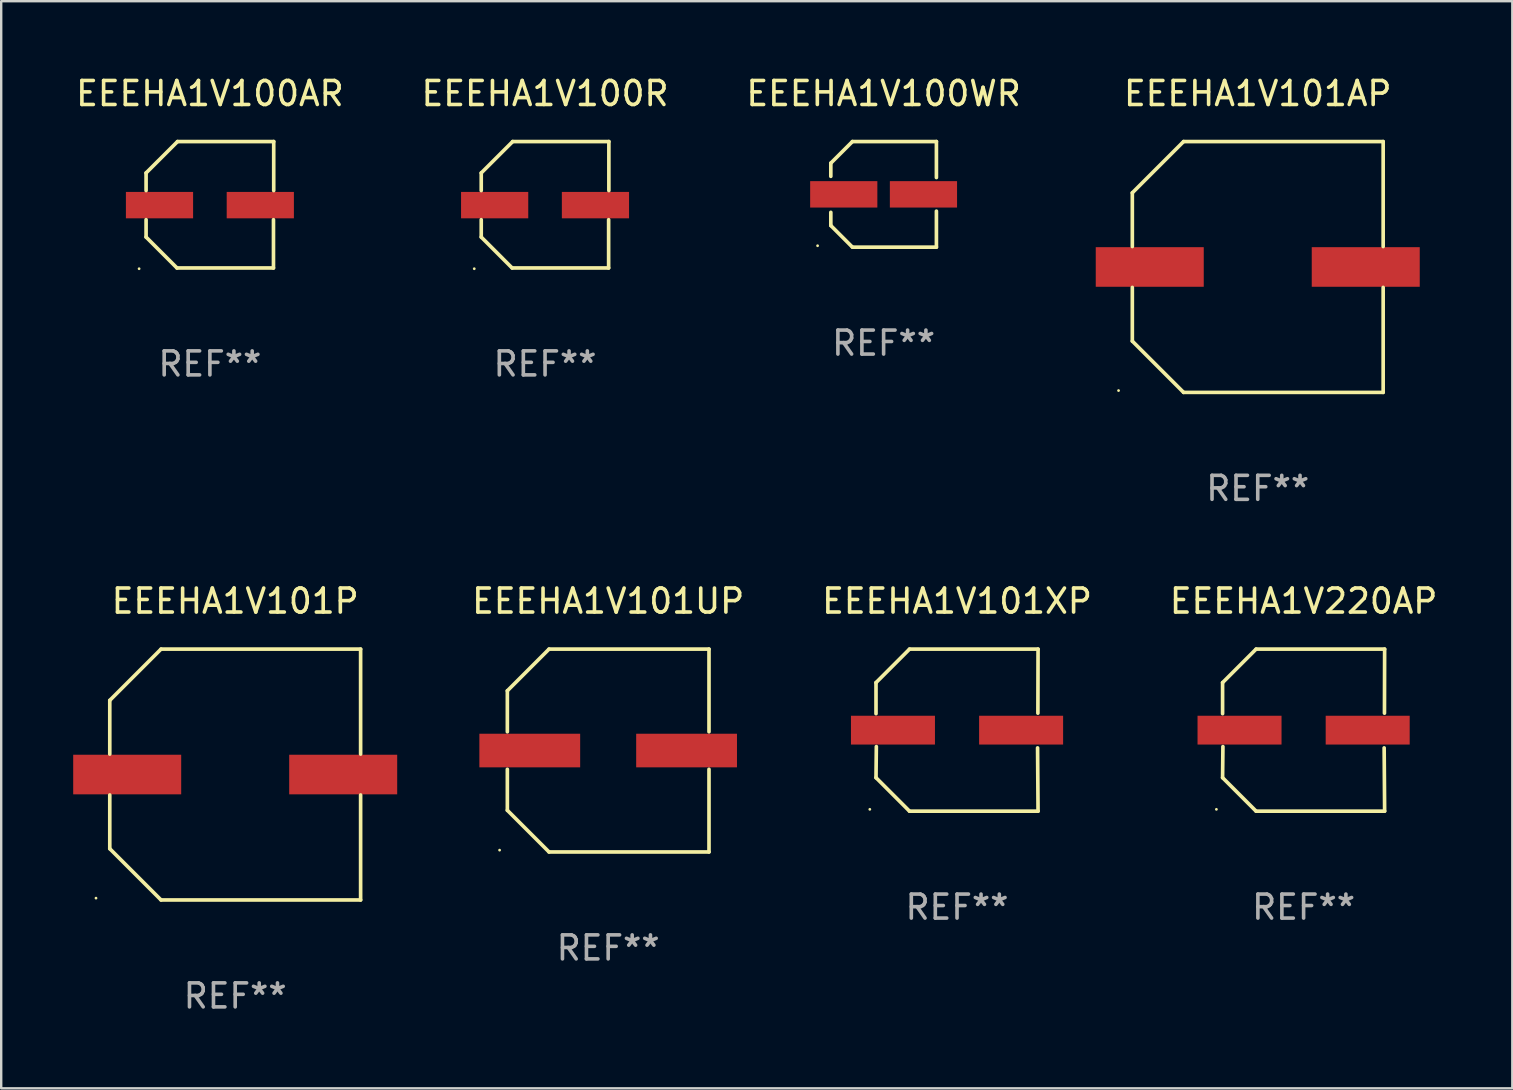
<source format=kicad_pcb>
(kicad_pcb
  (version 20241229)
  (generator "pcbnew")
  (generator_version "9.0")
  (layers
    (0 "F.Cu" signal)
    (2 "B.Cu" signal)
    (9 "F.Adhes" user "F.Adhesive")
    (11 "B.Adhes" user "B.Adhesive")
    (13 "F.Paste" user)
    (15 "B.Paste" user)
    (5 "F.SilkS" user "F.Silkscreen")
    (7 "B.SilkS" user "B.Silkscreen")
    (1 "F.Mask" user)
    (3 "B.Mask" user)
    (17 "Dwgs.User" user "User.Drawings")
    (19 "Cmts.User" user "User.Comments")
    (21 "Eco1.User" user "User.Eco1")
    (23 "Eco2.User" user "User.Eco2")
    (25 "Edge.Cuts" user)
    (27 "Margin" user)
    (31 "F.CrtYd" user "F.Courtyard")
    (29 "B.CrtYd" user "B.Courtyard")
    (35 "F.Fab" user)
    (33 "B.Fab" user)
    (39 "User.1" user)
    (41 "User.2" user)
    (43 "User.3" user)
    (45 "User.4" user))
  (footprint "EEEHA1V101AP"
    (layer "F.Cu")
    (at 49.357 8.074)
    (property "Reference" "EEEHA1V101AP" (at 0 -7.226 0) (layer "F.SilkS") (effects (font (size 1 1) (thickness 0.15))))
    (attr through_hole)
    (fp_line (start -5.226 -3.09) (end -5.226 -0.852) (stroke (width 0.152) (type solid)) (layer "F.SilkS"))
    (fp_line (start -5.226 3.09) (end -5.226 0.852) (stroke (width 0.152) (type solid)) (layer "F.SilkS"))
    (fp_line (start -3.09 -5.226) (end -5.226 -3.09) (stroke (width 0.152) (type solid)) (layer "F.SilkS"))
    (fp_line (start -3.09 5.226) (end -5.226 3.09) (stroke (width 0.152) (type solid)) (layer "F.SilkS"))
    (fp_line (start 5.226 -5.226) (end -3.09 -5.226) (stroke (width 0.152) (type solid)) (layer "F.SilkS"))
    (fp_line (start 5.226 -0.852) (end 5.226 -5.226) (stroke (width 0.152) (type solid)) (layer "F.SilkS"))
    (fp_line (start 5.226 0.852) (end 5.226 5.226) (stroke (width 0.152) (type solid)) (layer "F.SilkS"))
    (fp_line (start 5.226 5.226) (end -3.09 5.226) (stroke (width 0.152) (type solid)) (layer "F.SilkS"))
    (fp_circle (center -5.8 5.15) (end -5.77 5.15) (stroke (width 0.06) (type solid)) (fill no) (layer "F.SilkS"))
    (fp_text user "REF**" (at 0 9.226 0) (layer "F.Fab") (effects (font (size 1 1) (thickness 0.15))))
    (pad "1" smd rect (at -4.5 0) (size 4.5 1.65) (layers "F.Cu" "F.Mask" "F.Paste"))
    (pad "2" smd rect (at 4.5 0) (size 4.5 1.65) (layers "F.Cu" "F.Mask" "F.Paste")))
  (footprint "EEEHA1V101UP"
    (layer "F.Cu")
    (at 22.291 28.223)
    (property "Reference" "EEEHA1V101UP" (at 0 -6.226 0) (layer "F.SilkS") (effects (font (size 1 1) (thickness 0.15))))
    (attr through_hole)
    (fp_line (start -4.201 -2.49) (end -4.201 -0.782) (stroke (width 0.152) (type solid)) (layer "F.SilkS"))
    (fp_line (start -4.201 2.49) (end -4.201 0.782) (stroke (width 0.152) (type solid)) (layer "F.SilkS"))
    (fp_line (start -2.465 -4.226) (end -4.201 -2.49) (stroke (width 0.152) (type solid)) (layer "F.SilkS"))
    (fp_line (start -2.465 4.226) (end -4.201 2.49) (stroke (width 0.152) (type solid)) (layer "F.SilkS"))
    (fp_line (start 4.201 -4.226) (end -2.465 -4.226) (stroke (width 0.152) (type solid)) (layer "F.SilkS"))
    (fp_line (start 4.201 -0.782) (end 4.201 -4.226) (stroke (width 0.152) (type solid)) (layer "F.SilkS"))
    (fp_line (start 4.201 0.782) (end 4.201 4.226) (stroke (width 0.152) (type solid)) (layer "F.SilkS"))
    (fp_line (start 4.201 4.226) (end -2.465 4.226) (stroke (width 0.152) (type solid)) (layer "F.SilkS"))
    (fp_circle (center -4.524 4.15) (end -4.494 4.15) (stroke (width 0.06) (type solid)) (fill no) (layer "F.SilkS"))
    (fp_text user "REF**" (at 0 8.226 0) (layer "F.Fab") (effects (font (size 1 1) (thickness 0.15))))
    (pad "1" smd rect (at -3.267 0) (size 4.2 1.4) (layers "F.Cu" "F.Mask" "F.Paste"))
    (pad "2" smd rect (at 3.267 0) (size 4.2 1.4) (layers "F.Cu" "F.Mask" "F.Paste")))
  (footprint "EEEHA1V101P"
    (layer "F.Cu")
    (at 6.75 29.223)
    (property "Reference" "EEEHA1V101P" (at 0 -7.226 0) (layer "F.SilkS") (effects (font (size 1 1) (thickness 0.15))))
    (attr through_hole)
    (fp_line (start -5.226 -3.09) (end -5.226 -0.852) (stroke (width 0.152) (type solid)) (layer "F.SilkS"))
    (fp_line (start -5.226 3.09) (end -5.226 0.852) (stroke (width 0.152) (type solid)) (layer "F.SilkS"))
    (fp_line (start -3.09 -5.226) (end -5.226 -3.09) (stroke (width 0.152) (type solid)) (layer "F.SilkS"))
    (fp_line (start -3.09 5.226) (end -5.226 3.09) (stroke (width 0.152) (type solid)) (layer "F.SilkS"))
    (fp_line (start 5.226 -5.226) (end -3.09 -5.226) (stroke (width 0.152) (type solid)) (layer "F.SilkS"))
    (fp_line (start 5.226 -0.852) (end 5.226 -5.226) (stroke (width 0.152) (type solid)) (layer "F.SilkS"))
    (fp_line (start 5.226 0.852) (end 5.226 5.226) (stroke (width 0.152) (type solid)) (layer "F.SilkS"))
    (fp_line (start 5.226 5.226) (end -3.09 5.226) (stroke (width 0.152) (type solid)) (layer "F.SilkS"))
    (fp_circle (center -5.8 5.15) (end -5.77 5.15) (stroke (width 0.06) (type solid)) (fill no) (layer "F.SilkS"))
    (fp_text user "REF**" (at 0 9.226 0) (layer "F.Fab") (effects (font (size 1 1) (thickness 0.15))))
    (pad "1" smd rect (at -4.5 0) (size 4.5 1.65) (layers "F.Cu" "F.Mask" "F.Paste"))
    (pad "2" smd rect (at 4.5 0) (size 4.5 1.65) (layers "F.Cu" "F.Mask" "F.Paste")))
  (footprint "EEEHA1V100R"
    (layer "F.Cu")
    (at 19.661 5.482)
    (property "Reference" "EEEHA1V100R" (at 0 -4.634 0) (layer "F.SilkS") (effects (font (size 1 1) (thickness 0.15))))
    (attr through_hole)
    (fp_line (start -2.659 -1.326) (end -2.659 -0.592) (stroke (width 0.152) (type solid)) (layer "F.SilkS"))
    (fp_line (start -2.659 1.346) (end -2.659 0.622) (stroke (width 0.152) (type solid)) (layer "F.SilkS"))
    (fp_line (start -1.372 2.634) (end -2.659 1.346) (stroke (width 0.152) (type solid)) (layer "F.SilkS"))
    (fp_line (start -1.349 -2.634) (end -2.659 -1.326) (stroke (width 0.152) (type solid)) (layer "F.SilkS"))
    (fp_line (start 2.649 0.622) (end 2.649 2.634) (stroke (width 0.152) (type solid)) (layer "F.SilkS"))
    (fp_line (start 2.649 2.634) (end -1.372 2.634) (stroke (width 0.152) (type solid)) (layer "F.SilkS"))
    (fp_line (start 2.659 -2.634) (end -1.349 -2.634) (stroke (width 0.152) (type solid)) (layer "F.SilkS"))
    (fp_line (start 2.659 -0.592) (end 2.659 -2.634) (stroke (width 0.152) (type solid)) (layer "F.SilkS"))
    (fp_circle (center -2.95 2.665) (end -2.92 2.665) (stroke (width 0.06) (type solid)) (fill no) (layer "F.SilkS"))
    (fp_text user "REF**" (at 0 6.634 0) (layer "F.Fab") (effects (font (size 1 1) (thickness 0.15))))
    (pad "1" smd rect (at -2.1 0.015) (size 2.8 1.1) (layers "F.Cu" "F.Mask" "F.Paste"))
    (pad "2" smd rect (at 2.1 0.015) (size 2.8 1.1) (layers "F.Cu" "F.Mask" "F.Paste")))
  (footprint "EEEHA1V100AR"
    (layer "F.Cu")
    (at 5.696 5.482)
    (property "Reference" "EEEHA1V100AR" (at 0 -4.634 0) (layer "F.SilkS") (effects (font (size 1 1) (thickness 0.15))))
    (attr through_hole)
    (fp_line (start -2.659 -1.326) (end -2.659 -0.592) (stroke (width 0.152) (type solid)) (layer "F.SilkS"))
    (fp_line (start -2.659 1.346) (end -2.659 0.622) (stroke (width 0.152) (type solid)) (layer "F.SilkS"))
    (fp_line (start -1.372 2.634) (end -2.659 1.346) (stroke (width 0.152) (type solid)) (layer "F.SilkS"))
    (fp_line (start -1.349 -2.634) (end -2.659 -1.326) (stroke (width 0.152) (type solid)) (layer "F.SilkS"))
    (fp_line (start 2.649 0.622) (end 2.649 2.634) (stroke (width 0.152) (type solid)) (layer "F.SilkS"))
    (fp_line (start 2.649 2.634) (end -1.372 2.634) (stroke (width 0.152) (type solid)) (layer "F.SilkS"))
    (fp_line (start 2.659 -2.634) (end -1.349 -2.634) (stroke (width 0.152) (type solid)) (layer "F.SilkS"))
    (fp_line (start 2.659 -0.592) (end 2.659 -2.634) (stroke (width 0.152) (type solid)) (layer "F.SilkS"))
    (fp_circle (center -2.95 2.665) (end -2.92 2.665) (stroke (width 0.06) (type solid)) (fill no) (layer "F.SilkS"))
    (fp_text user "REF**" (at 0 6.634 0) (layer "F.Fab") (effects (font (size 1 1) (thickness 0.15))))
    (pad "1" smd rect (at -2.1 0.015) (size 2.8 1.1) (layers "F.Cu" "F.Mask" "F.Paste"))
    (pad "2" smd rect (at 2.1 0.015) (size 2.8 1.1) (layers "F.Cu" "F.Mask" "F.Paste")))
  (footprint "EEEHA1V100WR"
    (layer "F.Cu")
    (at 33.768 5.048)
    (property "Reference" "EEEHA1V100WR" (at 0 -4.2 0) (layer "F.SilkS") (effects (font (size 1 1) (thickness 0.15))))
    (attr through_hole)
    (fp_line (start -2.2 -1.3) (end -2.2 -0.75) (stroke (width 0.152) (type solid)) (layer "F.SilkS"))
    (fp_line (start -2.2 1.3) (end -2.2 0.75) (stroke (width 0.152) (type solid)) (layer "F.SilkS"))
    (fp_line (start -1.3 -2.2) (end -2.2 -1.3) (stroke (width 0.152) (type solid)) (layer "F.SilkS"))
    (fp_line (start -1.3 2.2) (end -2.2 1.3) (stroke (width 0.152) (type solid)) (layer "F.SilkS"))
    (fp_line (start 2.2 -2.2) (end -1.3 -2.2) (stroke (width 0.152) (type solid)) (layer "F.SilkS"))
    (fp_line (start 2.2 -0.7) (end 2.2 -2.2) (stroke (width 0.152) (type solid)) (layer "F.SilkS"))
    (fp_line (start 2.2 0.7) (end 2.2 2.2) (stroke (width 0.152) (type solid)) (layer "F.SilkS"))
    (fp_line (start 2.2 2.2) (end -1.3 2.2) (stroke (width 0.152) (type solid)) (layer "F.SilkS"))
    (fp_circle (center -2.751 2.141) (end -2.721 2.141) (stroke (width 0.06) (type solid)) (fill no) (layer "F.SilkS"))
    (fp_text user "REF**" (at 0 6.2 0) (layer "F.Fab") (effects (font (size 1 1) (thickness 0.15))))
    (pad "1" smd rect (at -1.661 -0.000102) (size 2.8 1.1) (layers "F.Cu" "F.Mask" "F.Paste"))
    (pad "2" smd rect (at 1.66 -0.000102) (size 2.8 1.1) (layers "F.Cu" "F.Mask" "F.Paste")))
  (footprint "EEEHA1V220AP"
    (layer "F.Cu")
    (at 51.268 27.373)
    (property "Reference" "EEEHA1V220AP" (at 0 -5.376 0) (layer "F.SilkS") (effects (font (size 1 1) (thickness 0.15))))
    (attr through_hole)
    (fp_line (start -3.376 -1.98) (end -3.376 -0.686) (stroke (width 0.152) (type solid)) (layer "F.SilkS"))
    (fp_line (start -3.376 1.981) (end -3.362 0.686) (stroke (width 0.152) (type solid)) (layer "F.SilkS"))
    (fp_line (start -1.981 3.376) (end -3.376 1.981) (stroke (width 0.152) (type solid)) (layer "F.SilkS"))
    (fp_line (start -1.98 -3.376) (end -3.376 -1.98) (stroke (width 0.152) (type solid)) (layer "F.SilkS"))
    (fp_line (start 3.356 0.74) (end 3.376 3.376) (stroke (width 0.152) (type solid)) (layer "F.SilkS"))
    (fp_line (start 3.369 -0.707) (end 3.376 -3.376) (stroke (width 0.152) (type solid)) (layer "F.SilkS"))
    (fp_line (start 3.376 3.376) (end -1.981 3.376) (stroke (width 0.152) (type solid)) (layer "F.SilkS"))
    (fp_line (start 3.376 -3.376) (end -1.98 -3.376) (stroke (width 0.152) (type solid)) (layer "F.SilkS"))
    (fp_circle (center -3.634 3.3) (end -3.604 3.3) (stroke (width 0.06) (type solid)) (fill no) (layer "F.SilkS"))
    (fp_text user "REF**" (at 0 7.376 0) (layer "F.Fab") (effects (font (size 1 1) (thickness 0.15))))
    (pad "1" smd rect (at -2.67 0.000254) (size 3.5 1.2) (layers "F.Cu" "F.Mask" "F.Paste"))
    (pad "2" smd rect (at 2.67 0.000254) (size 3.5 1.2) (layers "F.Cu" "F.Mask" "F.Paste")))
  (footprint "EEEHA1V101XP"
    (layer "F.Cu")
    (at 36.827 27.373)
    (property "Reference" "EEEHA1V101XP" (at 0 -5.376 0) (layer "F.SilkS") (effects (font (size 1 1) (thickness 0.15))))
    (attr through_hole)
    (fp_line (start -3.376 -1.98) (end -3.376 -0.686) (stroke (width 0.152) (type solid)) (layer "F.SilkS"))
    (fp_line (start -3.376 1.981) (end -3.362 0.686) (stroke (width 0.152) (type solid)) (layer "F.SilkS"))
    (fp_line (start -1.981 3.376) (end -3.376 1.981) (stroke (width 0.152) (type solid)) (layer "F.SilkS"))
    (fp_line (start -1.98 -3.376) (end -3.376 -1.98) (stroke (width 0.152) (type solid)) (layer "F.SilkS"))
    (fp_line (start 3.356 0.74) (end 3.376 3.376) (stroke (width 0.152) (type solid)) (layer "F.SilkS"))
    (fp_line (start 3.369 -0.707) (end 3.376 -3.376) (stroke (width 0.152) (type solid)) (layer "F.SilkS"))
    (fp_line (start 3.376 3.376) (end -1.981 3.376) (stroke (width 0.152) (type solid)) (layer "F.SilkS"))
    (fp_line (start 3.376 -3.376) (end -1.98 -3.376) (stroke (width 0.152) (type solid)) (layer "F.SilkS"))
    (fp_circle (center -3.634 3.3) (end -3.604 3.3) (stroke (width 0.06) (type solid)) (fill no) (layer "F.SilkS"))
    (fp_text user "REF**" (at 0 7.376 0) (layer "F.Fab") (effects (font (size 1 1) (thickness 0.15))))
    (pad "1" smd rect (at -2.67 0.000254) (size 3.5 1.2) (layers "F.Cu" "F.Mask" "F.Paste"))
    (pad "2" smd rect (at 2.67 0.000254) (size 3.5 1.2) (layers "F.Cu" "F.Mask" "F.Paste")))
  (gr_rect
    (start -3 -3)
    (end 59.964 42.298)
    (stroke (width 0.1) (type default))
    (fill no)
    (layer "Edge.Cuts")))
</source>
